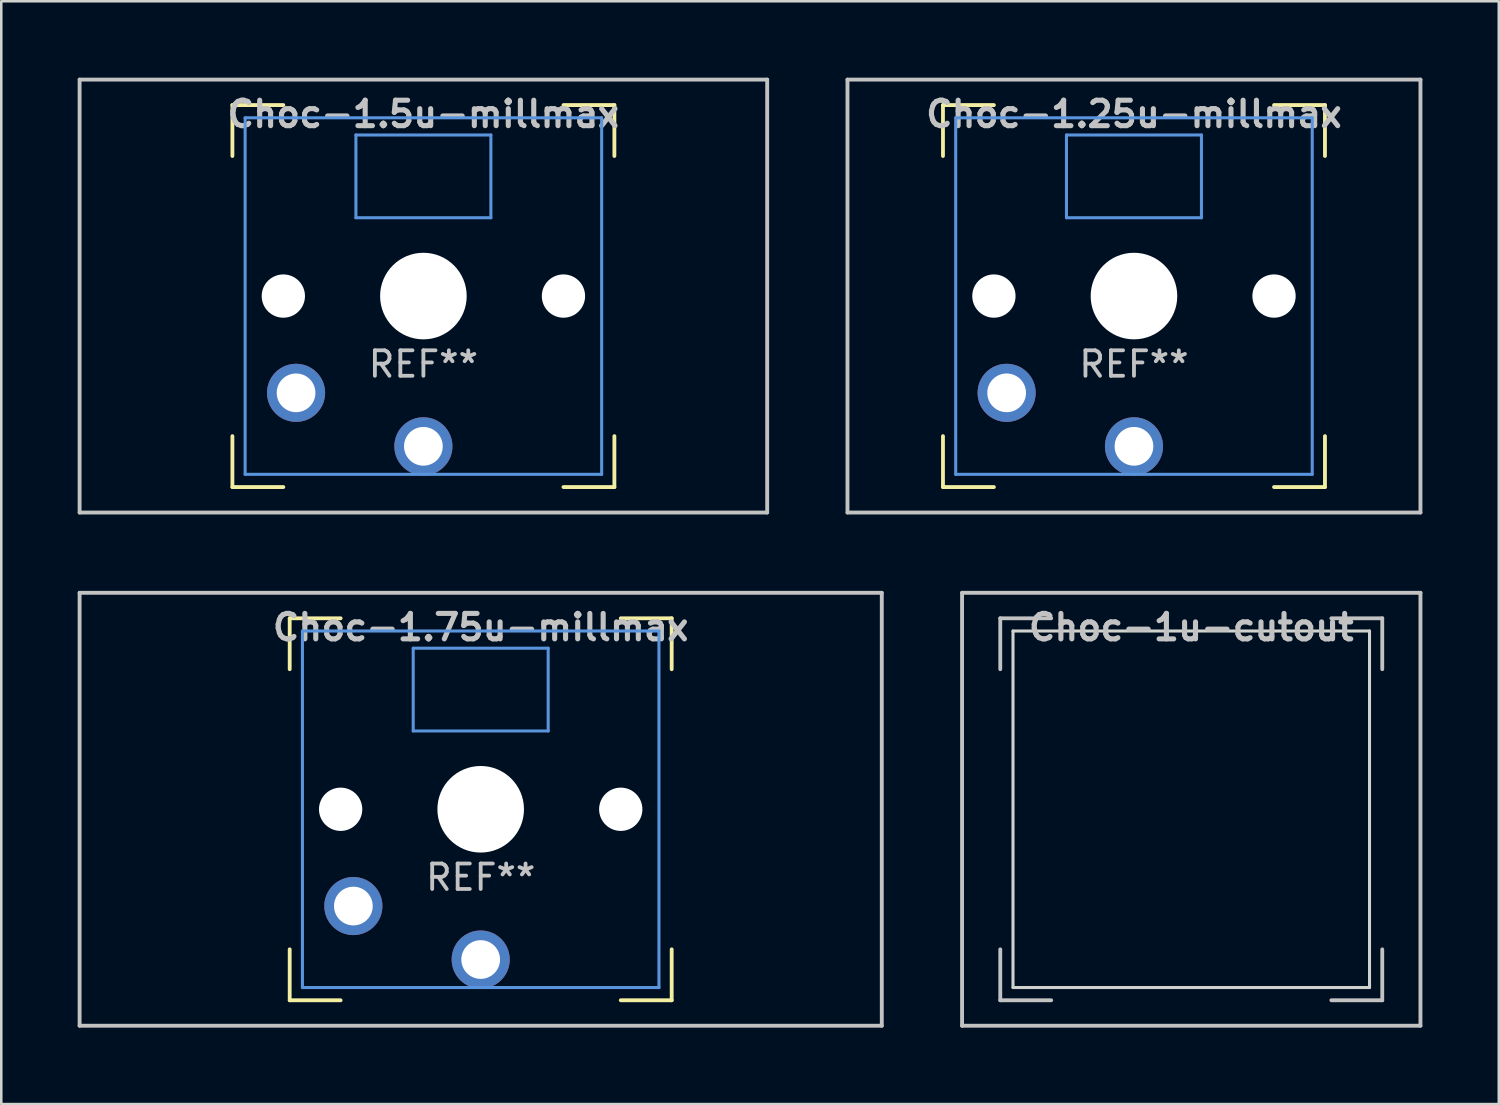
<source format=kicad_pcb>
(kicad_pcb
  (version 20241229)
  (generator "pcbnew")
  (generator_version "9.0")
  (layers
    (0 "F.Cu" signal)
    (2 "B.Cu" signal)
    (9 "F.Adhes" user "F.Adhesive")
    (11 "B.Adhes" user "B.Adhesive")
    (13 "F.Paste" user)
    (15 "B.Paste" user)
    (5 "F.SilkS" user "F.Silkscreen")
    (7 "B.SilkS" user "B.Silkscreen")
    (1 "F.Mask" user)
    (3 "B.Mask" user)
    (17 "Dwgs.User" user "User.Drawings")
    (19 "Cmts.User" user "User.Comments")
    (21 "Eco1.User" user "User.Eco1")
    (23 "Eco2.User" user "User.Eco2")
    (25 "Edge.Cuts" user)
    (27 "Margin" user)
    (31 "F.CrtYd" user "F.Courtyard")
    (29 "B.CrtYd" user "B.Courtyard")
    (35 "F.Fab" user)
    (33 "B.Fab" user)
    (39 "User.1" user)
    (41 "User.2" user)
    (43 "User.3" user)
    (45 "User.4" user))
  (footprint "Choc-1.5u-millmax"
    (layer "F.Cu")
    (at 13.576 8.576)
    (property "Reference" "Choc-1.5u-millmax" (at 0 -7.144 180) (layer "Dwgs.User") (effects (font (size 1 1) (thickness 0.2))))
    (attr through_hole exclude_from_pos_files exclude_from_bom)
    (fp_line (start -7.5 -7.5) (end -7.5 -5.5) (stroke (width 0.15) (type solid)) (layer "F.SilkS"))
    (fp_line (start -7.5 7.5) (end -7.5 5.5) (stroke (width 0.15) (type solid)) (layer "F.SilkS"))
    (fp_line (start -5.5 -7.5) (end -7.5 -7.5) (stroke (width 0.15) (type solid)) (layer "F.SilkS"))
    (fp_line (start -5.5 7.5) (end -7.5 7.5) (stroke (width 0.15) (type solid)) (layer "F.SilkS"))
    (fp_line (start 5.5 -7.5) (end 7.5 -7.5) (stroke (width 0.15) (type solid)) (layer "F.SilkS"))
    (fp_line (start 5.5 7.5) (end 7.5 7.5) (stroke (width 0.15) (type solid)) (layer "F.SilkS"))
    (fp_line (start 7.5 -7.5) (end 7.5 -5.5) (stroke (width 0.15) (type solid)) (layer "F.SilkS"))
    (fp_line (start 7.5 7.5) (end 7.5 5.5) (stroke (width 0.15) (type solid)) (layer "F.SilkS"))
    (fp_line (start -13.5 -8.5) (end 13.5 -8.5) (stroke (width 0.152) (type solid)) (layer "Dwgs.User"))
    (fp_line (start -13.5 8.5) (end -13.5 -8.5) (stroke (width 0.152) (type solid)) (layer "Dwgs.User"))
    (fp_line (start 13.5 -8.5) (end 13.5 8.5) (stroke (width 0.152) (type solid)) (layer "Dwgs.User"))
    (fp_line (start 13.5 8.5) (end -13.5 8.5) (stroke (width 0.152) (type solid)) (layer "Dwgs.User"))
    (fp_line (start -7 -7) (end -7 7) (stroke (width 0.12) (type solid)) (layer "Cmts.User"))
    (fp_line (start -7 7) (end 7 7) (stroke (width 0.12) (type solid)) (layer "Cmts.User"))
    (fp_line (start -2.65 -6.325) (end 2.65 -6.325) (stroke (width 0.12) (type solid)) (layer "Cmts.User"))
    (fp_line (start -2.65 -3.075) (end -2.65 -6.325) (stroke (width 0.12) (type solid)) (layer "Cmts.User"))
    (fp_line (start 2.65 -6.325) (end 2.65 -3.075) (stroke (width 0.12) (type solid)) (layer "Cmts.User"))
    (fp_line (start 2.65 -3.075) (end -2.65 -3.075) (stroke (width 0.12) (type solid)) (layer "Cmts.User"))
    (fp_line (start 7 -7) (end -7 -7) (stroke (width 0.12) (type solid)) (layer "Cmts.User"))
    (fp_line (start 7 7) (end 7 -7) (stroke (width 0.12) (type solid)) (layer "Cmts.User"))
    (fp_text user "REF**" (at 0 2.675 0) (layer "Dwgs.User") (effects (font (size 1 1) (thickness 0.15))))
    (pad "" np_thru_hole circle (at -5.5 0 180) (size 1.7 1.7) (drill 1.7) (layers "*.Cu" "*.Mask"))
    (pad "" np_thru_hole circle (at 0 0 90) (size 3.4 3.4) (drill 3.4) (layers "*.Cu" "*.Mask"))
    (pad "" np_thru_hole circle (at 5.5 0 180) (size 1.7 1.7) (drill 1.7) (layers "*.Cu" "*.Mask"))
    (pad "1" thru_hole circle (at -5 3.8 41.9) (size 2.282 2.282) (drill 1.52) (layers "*.Cu" "B.Mask"))
    (pad "2" thru_hole circle (at 0 5.9 270) (size 2.282 2.282) (drill 1.52) (layers "*.Cu" "B.Mask")))
  (footprint "Choc-1.25u-millmax"
    (layer "F.Cu")
    (at 41.479 8.576)
    (property "Reference" "Choc-1.25u-millmax" (at 0 -7.144 180) (layer "Dwgs.User") (effects (font (size 1 1) (thickness 0.2))))
    (attr through_hole exclude_from_pos_files exclude_from_bom)
    (fp_line (start -7.5 -7.5) (end -7.5 -5.5) (stroke (width 0.15) (type solid)) (layer "F.SilkS"))
    (fp_line (start -7.5 7.5) (end -7.5 5.5) (stroke (width 0.15) (type solid)) (layer "F.SilkS"))
    (fp_line (start -5.5 -7.5) (end -7.5 -7.5) (stroke (width 0.15) (type solid)) (layer "F.SilkS"))
    (fp_line (start -5.5 7.5) (end -7.5 7.5) (stroke (width 0.15) (type solid)) (layer "F.SilkS"))
    (fp_line (start 5.5 -7.5) (end 7.5 -7.5) (stroke (width 0.15) (type solid)) (layer "F.SilkS"))
    (fp_line (start 5.5 7.5) (end 7.5 7.5) (stroke (width 0.15) (type solid)) (layer "F.SilkS"))
    (fp_line (start 7.5 -7.5) (end 7.5 -5.5) (stroke (width 0.15) (type solid)) (layer "F.SilkS"))
    (fp_line (start 7.5 7.5) (end 7.5 5.5) (stroke (width 0.15) (type solid)) (layer "F.SilkS"))
    (fp_line (start -11.25 -8.5) (end 11.25 -8.5) (stroke (width 0.152) (type solid)) (layer "Dwgs.User"))
    (fp_line (start -11.25 8.5) (end -11.25 -8.5) (stroke (width 0.152) (type solid)) (layer "Dwgs.User"))
    (fp_line (start 11.25 -8.5) (end 11.25 8.5) (stroke (width 0.152) (type solid)) (layer "Dwgs.User"))
    (fp_line (start 11.25 8.5) (end -11.25 8.5) (stroke (width 0.152) (type solid)) (layer "Dwgs.User"))
    (fp_line (start -7 -7) (end -7 7) (stroke (width 0.12) (type solid)) (layer "Cmts.User"))
    (fp_line (start -7 7) (end 7 7) (stroke (width 0.12) (type solid)) (layer "Cmts.User"))
    (fp_line (start -2.65 -6.325) (end 2.65 -6.325) (stroke (width 0.12) (type solid)) (layer "Cmts.User"))
    (fp_line (start -2.65 -3.075) (end -2.65 -6.325) (stroke (width 0.12) (type solid)) (layer "Cmts.User"))
    (fp_line (start 2.65 -6.325) (end 2.65 -3.075) (stroke (width 0.12) (type solid)) (layer "Cmts.User"))
    (fp_line (start 2.65 -3.075) (end -2.65 -3.075) (stroke (width 0.12) (type solid)) (layer "Cmts.User"))
    (fp_line (start 7 -7) (end -7 -7) (stroke (width 0.12) (type solid)) (layer "Cmts.User"))
    (fp_line (start 7 7) (end 7 -7) (stroke (width 0.12) (type solid)) (layer "Cmts.User"))
    (fp_text user "REF**" (at 0 2.675 0) (layer "Dwgs.User") (effects (font (size 1 1) (thickness 0.15))))
    (pad "" np_thru_hole circle (at -5.5 0 180) (size 1.7 1.7) (drill 1.7) (layers "*.Cu" "*.Mask"))
    (pad "" np_thru_hole circle (at 0 0 90) (size 3.4 3.4) (drill 3.4) (layers "*.Cu" "*.Mask"))
    (pad "" np_thru_hole circle (at 5.5 0 180) (size 1.7 1.7) (drill 1.7) (layers "*.Cu" "*.Mask"))
    (pad "1" thru_hole circle (at -5 3.8 41.9) (size 2.282 2.282) (drill 1.52) (layers "*.Cu" "B.Mask"))
    (pad "2" thru_hole circle (at 0 5.9 180) (size 2.282 2.282) (drill 1.52) (layers "*.Cu" "B.Mask")))
  (footprint "Choc-1.75u-millmax"
    (layer "F.Cu")
    (at 15.826 28.729)
    (property "Reference" "Choc-1.75u-millmax" (at 0 -7.144 180) (layer "Dwgs.User") (effects (font (size 1 1) (thickness 0.2))))
    (attr through_hole exclude_from_pos_files exclude_from_bom)
    (fp_line (start -7.5 -7.5) (end -7.5 -5.5) (stroke (width 0.15) (type solid)) (layer "F.SilkS"))
    (fp_line (start -7.5 7.5) (end -7.5 5.5) (stroke (width 0.15) (type solid)) (layer "F.SilkS"))
    (fp_line (start -5.5 -7.5) (end -7.5 -7.5) (stroke (width 0.15) (type solid)) (layer "F.SilkS"))
    (fp_line (start -5.5 7.5) (end -7.5 7.5) (stroke (width 0.15) (type solid)) (layer "F.SilkS"))
    (fp_line (start 5.5 -7.5) (end 7.5 -7.5) (stroke (width 0.15) (type solid)) (layer "F.SilkS"))
    (fp_line (start 5.5 7.5) (end 7.5 7.5) (stroke (width 0.15) (type solid)) (layer "F.SilkS"))
    (fp_line (start 7.5 -7.5) (end 7.5 -5.5) (stroke (width 0.15) (type solid)) (layer "F.SilkS"))
    (fp_line (start 7.5 7.5) (end 7.5 5.5) (stroke (width 0.15) (type solid)) (layer "F.SilkS"))
    (fp_line (start -15.75 -8.5) (end 15.75 -8.5) (stroke (width 0.152) (type solid)) (layer "Dwgs.User"))
    (fp_line (start -15.75 8.5) (end -15.75 -8.5) (stroke (width 0.152) (type solid)) (layer "Dwgs.User"))
    (fp_line (start 15.75 -8.5) (end 15.75 8.5) (stroke (width 0.152) (type solid)) (layer "Dwgs.User"))
    (fp_line (start 15.75 8.5) (end -15.75 8.5) (stroke (width 0.152) (type solid)) (layer "Dwgs.User"))
    (fp_line (start -7 -7) (end -7 7) (stroke (width 0.12) (type solid)) (layer "Cmts.User"))
    (fp_line (start -7 7) (end 7 7) (stroke (width 0.12) (type solid)) (layer "Cmts.User"))
    (fp_line (start -2.65 -6.325) (end 2.65 -6.325) (stroke (width 0.12) (type solid)) (layer "Cmts.User"))
    (fp_line (start -2.65 -3.075) (end -2.65 -6.325) (stroke (width 0.12) (type solid)) (layer "Cmts.User"))
    (fp_line (start 2.65 -6.325) (end 2.65 -3.075) (stroke (width 0.12) (type solid)) (layer "Cmts.User"))
    (fp_line (start 2.65 -3.075) (end -2.65 -3.075) (stroke (width 0.12) (type solid)) (layer "Cmts.User"))
    (fp_line (start 7 -7) (end -7 -7) (stroke (width 0.12) (type solid)) (layer "Cmts.User"))
    (fp_line (start 7 7) (end 7 -7) (stroke (width 0.12) (type solid)) (layer "Cmts.User"))
    (fp_text user "REF**" (at 0 2.675 0) (layer "Dwgs.User") (effects (font (size 1 1) (thickness 0.15))))
    (pad "" np_thru_hole circle (at -5.5 0 180) (size 1.7 1.7) (drill 1.7) (layers "*.Cu" "*.Mask"))
    (pad "" np_thru_hole circle (at 0 0 90) (size 3.4 3.4) (drill 3.4) (layers "*.Cu" "*.Mask"))
    (pad "" np_thru_hole circle (at 5.5 0 180) (size 1.7 1.7) (drill 1.7) (layers "*.Cu" "*.Mask"))
    (pad "1" thru_hole circle (at -5 3.8 41.9) (size 2.282 2.282) (drill 1.52) (layers "*.Cu" "B.Mask"))
    (pad "2" thru_hole circle (at 0 5.9 180) (size 2.282 2.282) (drill 1.52) (layers "*.Cu" "B.Mask")))
  (footprint "Choc-1u-cutout"
    (layer "F.Cu")
    (at 43.729 28.729)
    (property "Reference" "Choc-1u-cutout" (at 0 -7.144 180) (layer "Dwgs.User") (effects (font (size 1 1) (thickness 0.2))))
    (attr through_hole exclude_from_pos_files exclude_from_bom)
    (fp_line (start -9 -8.5) (end 9 -8.5) (stroke (width 0.152) (type solid)) (layer "Dwgs.User"))
    (fp_line (start -9 8.5) (end -9 -8.5) (stroke (width 0.152) (type solid)) (layer "Dwgs.User"))
    (fp_line (start -7.5 -7.5) (end -7.5 -5.5) (stroke (width 0.15) (type solid)) (layer "Dwgs.User"))
    (fp_line (start -7.5 7.5) (end -7.5 5.5) (stroke (width 0.15) (type solid)) (layer "Dwgs.User"))
    (fp_line (start -5.5 -7.5) (end -7.5 -7.5) (stroke (width 0.15) (type solid)) (layer "Dwgs.User"))
    (fp_line (start -5.5 7.5) (end -7.5 7.5) (stroke (width 0.15) (type solid)) (layer "Dwgs.User"))
    (fp_line (start 5.5 -7.5) (end 7.5 -7.5) (stroke (width 0.15) (type solid)) (layer "Dwgs.User"))
    (fp_line (start 5.5 7.5) (end 7.5 7.5) (stroke (width 0.15) (type solid)) (layer "Dwgs.User"))
    (fp_line (start 7.5 -7.5) (end 7.5 -5.5) (stroke (width 0.15) (type solid)) (layer "Dwgs.User"))
    (fp_line (start 7.5 7.5) (end 7.5 5.5) (stroke (width 0.15) (type solid)) (layer "Dwgs.User"))
    (fp_line (start 9 -8.5) (end 9 8.5) (stroke (width 0.152) (type solid)) (layer "Dwgs.User"))
    (fp_line (start 9 8.5) (end -9 8.5) (stroke (width 0.152) (type solid)) (layer "Dwgs.User"))
    (fp_line (start -7 -7) (end -7 7) (stroke (width 0.12) (type solid)) (layer "Edge.Cuts"))
    (fp_line (start -7 7) (end 7 7) (stroke (width 0.12) (type solid)) (layer "Edge.Cuts"))
    (fp_line (start 7 -7) (end -7 -7) (stroke (width 0.12) (type solid)) (layer "Edge.Cuts"))
    (fp_line (start 7 7) (end 7 -7) (stroke (width 0.12) (type solid)) (layer "Edge.Cuts")))
  (gr_rect
    (start -3 -3)
    (end 55.805 40.305)
    (stroke (width 0.1) (type default))
    (fill no)
    (layer "Edge.Cuts")))
</source>
